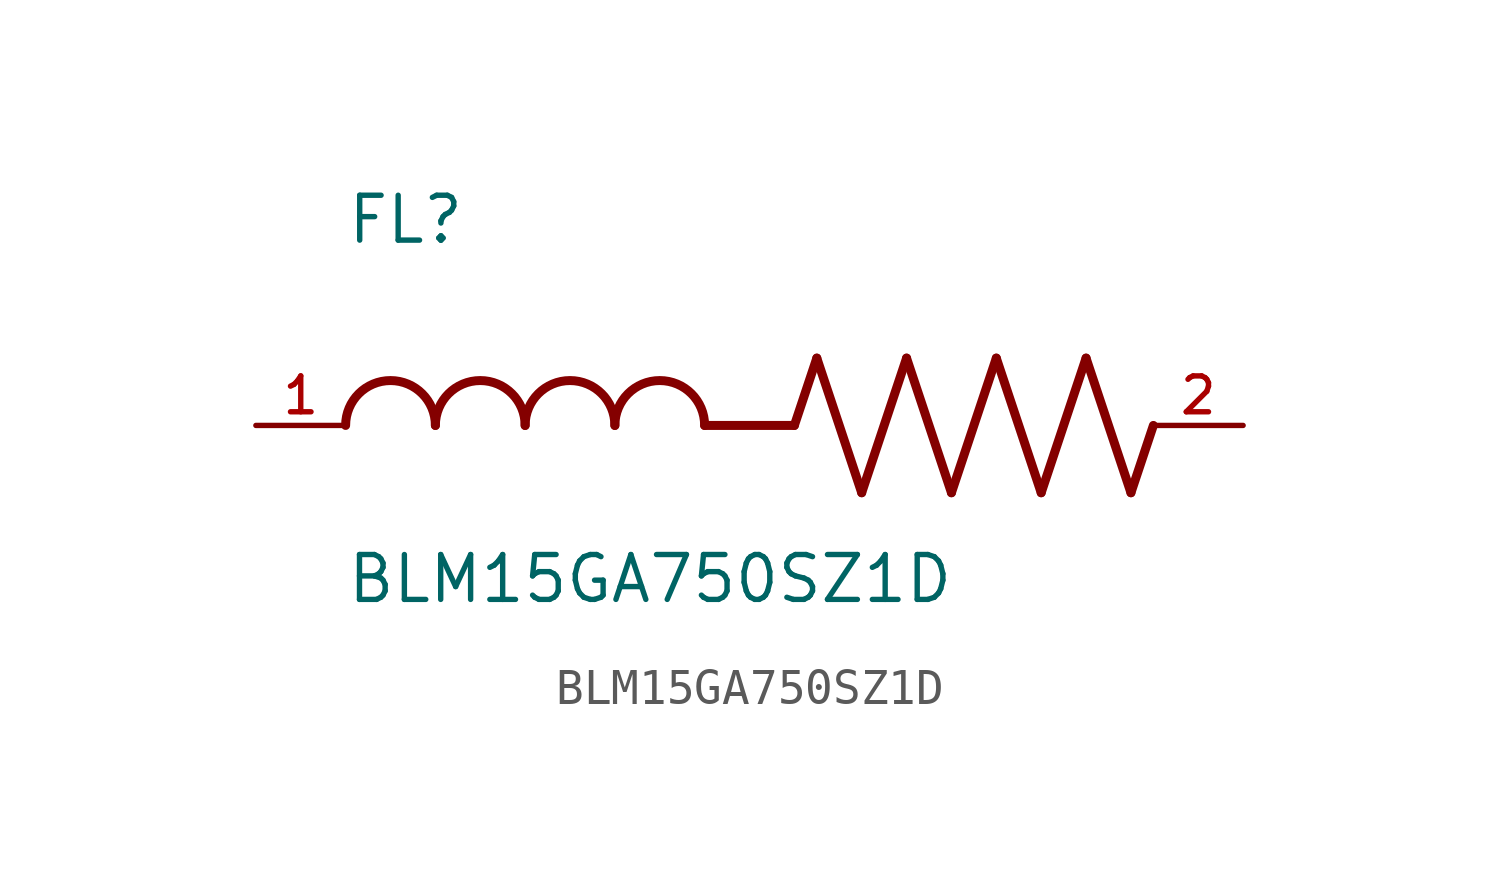
<source format=kicad_sym>
(kicad_symbol_lib
  (version 20211014)
  (generator kicad_symbol_editor)
  (symbol "BLM15GA750SZ1D"
    (pin_names
      (offset 1.016))
    (property "Reference" "FL"
      (at -12.704 5.081 0)
      (effects (font (size 1.27 1.27)) (justify bottom left)))
    (property "Value" "BLM15GA750SZ1D"
      (at -12.71 -5.087 0)
      (effects (font (size 1.27 1.27)) (justify bottom left)))
    (symbol "BLM15GA750SZ1D_0_0"
      (polyline (pts (xy 0.0 0.0) (xy 0.635 1.905)) (stroke (width 0.254)))
      (polyline (pts (xy 0.635 1.905) (xy 1.905 -1.905)) (stroke (width 0.254)))
      (polyline (pts (xy 1.905 -1.905) (xy 3.175 1.905)) (stroke (width 0.254)))
      (polyline (pts (xy 3.175 1.905) (xy 4.445 -1.905)) (stroke (width 0.254)))
      (polyline (pts (xy 4.445 -1.905) (xy 5.715 1.905)) (stroke (width 0.254)))
      (polyline (pts (xy 5.715 1.905) (xy 6.985 -1.905)) (stroke (width 0.254)))
      (polyline (pts (xy 6.985 -1.905) (xy 8.255 1.905)) (stroke (width 0.254)))
      (polyline (pts (xy 8.255 1.905) (xy 9.525 -1.905)) (stroke (width 0.254)))
      (polyline (pts (xy 9.525 -1.905) (xy 10.16 0.0)) (stroke (width 0.254)))
      (arc (start -10.16 0.0) (mid -11.43 1.27) (end -12.7 0.0) (stroke (width 0.254) (type default) (color 0 0 0 0)) (fill (type none)))
      (arc (start -7.62 0.0) (mid -8.89 1.27) (end -10.16 0.0) (stroke (width 0.254) (type default) (color 0 0 0 0)) (fill (type none)))
      (arc (start -5.08 0.0) (mid -6.35 1.27) (end -7.62 0.0) (stroke (width 0.254) (type default) (color 0 0 0 0)) (fill (type none)))
      (arc (start -2.54 0.0) (mid -3.81 1.27) (end -5.08 0.0) (stroke (width 0.254) (type default) (color 0 0 0 0)) (fill (type none)))
      (polyline (pts (xy 0.0 0.0) (xy -2.54 0.0)) (stroke (width 0.254)))
      (pin passive line (at 12.7 0.0 180.0) (length 2.54) (name "~" (effects (font (size 1.016 1.016)))) (number "2" (effects (font (size 1.016 1.016)))))
      (pin passive line (at -15.24 0.0 0) (length 2.54) (name "~" (effects (font (size 1.016 1.016)))) (number "1" (effects (font (size 1.016 1.016))))))))
</source>
